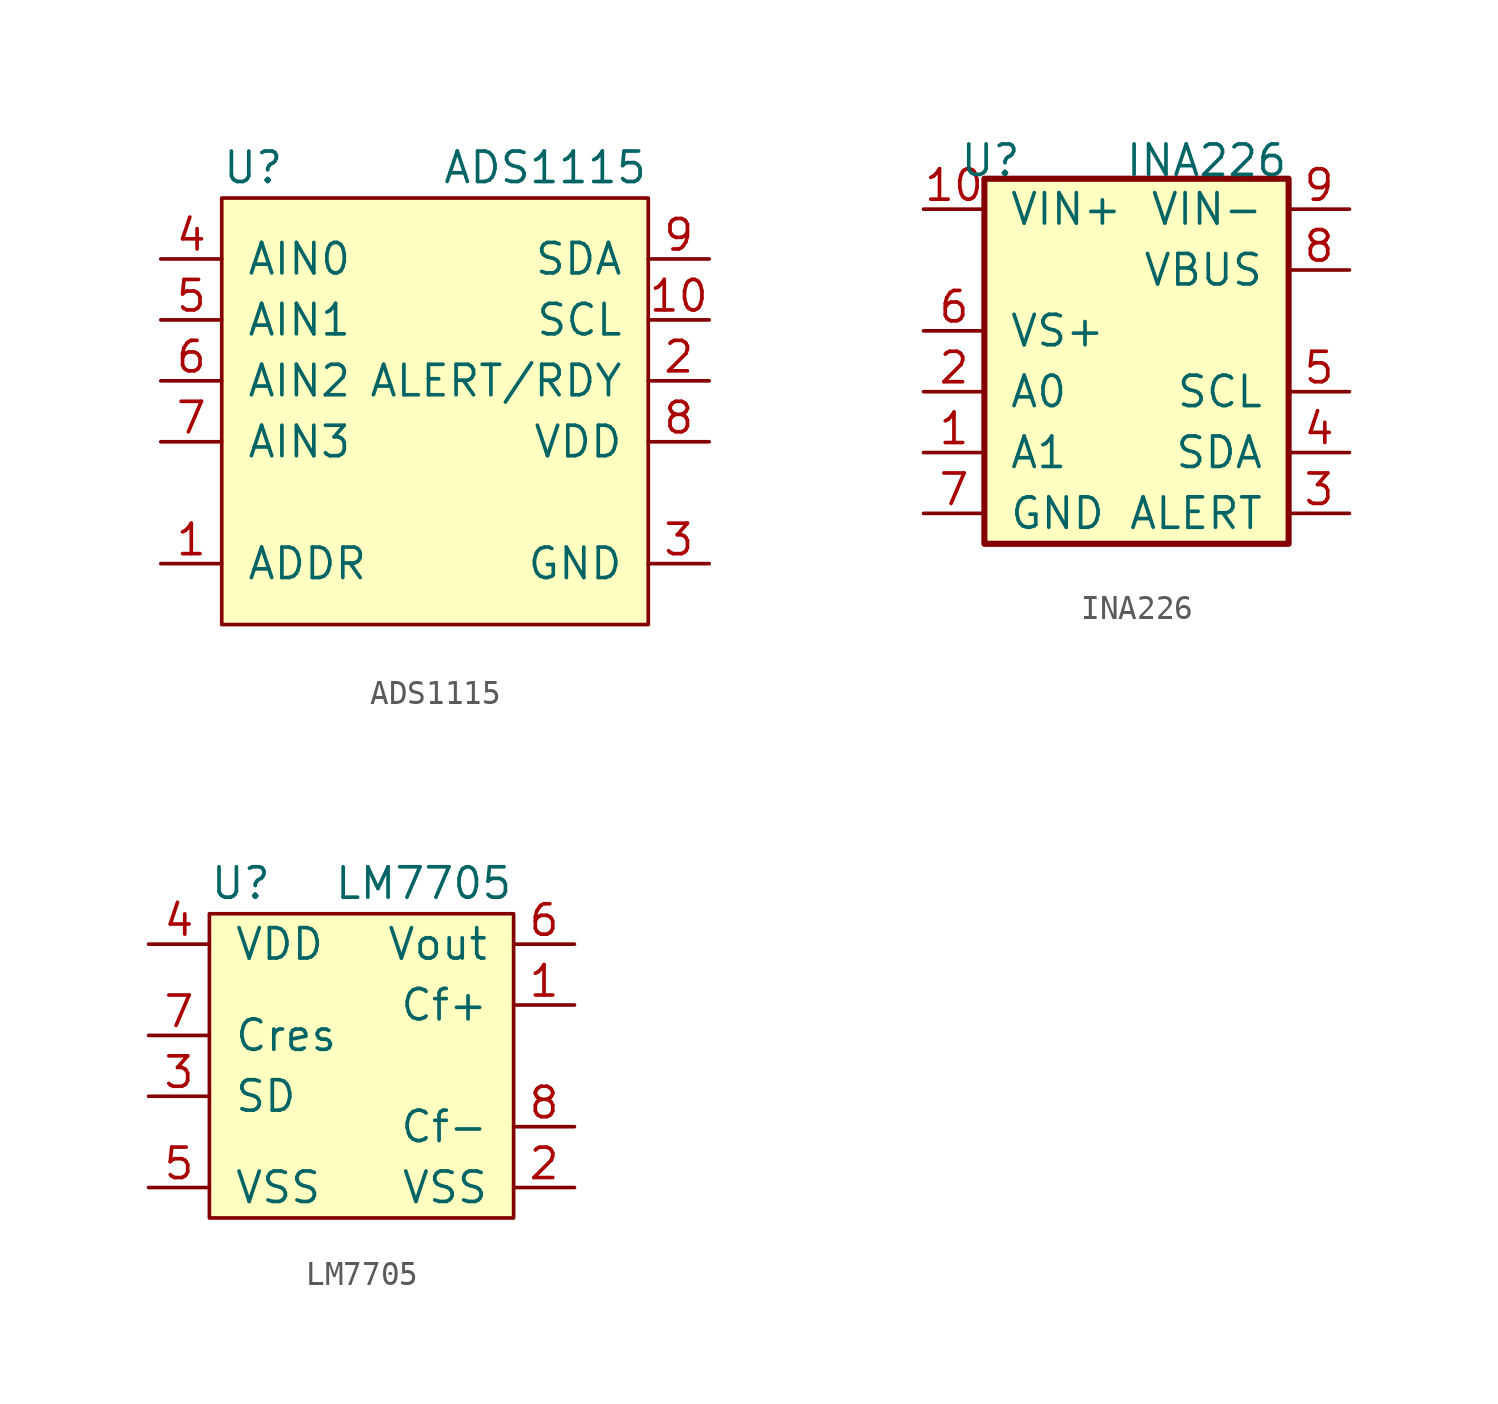
<source format=kicad_sym>
(kicad_symbol_lib
  (version 20220914)
  (generator kicad_symbol_editor)
  (symbol "ADS1115"
    (pin_names
      (offset 1.016))
    (property "Reference" "U"
      (at -8.89 10.16 0)
      (effects (font (size 1.27 1.27)) (justify left)))
    (property "Value" "ADS1115"
      (at 8.89 10.16 0)
      (effects (font (size 1.27 1.27)) (justify right)))
    (symbol "ADS1115_0_1"
      (rectangle (start 8.89 8.89) (end -8.89 -8.89) (stroke (width 0) (type default)) (fill (type background))))
    (symbol "ADS1115_1_1"
      (pin input line (at -11.43 -6.35 0) (length 2.54) (name "ADDR" (effects (font (size 1.27 1.27)))) (number "1" (effects (font (size 1.27 1.27)))))
      (pin input line (at 11.43 3.81 180) (length 2.54) (name "SCL" (effects (font (size 1.27 1.27)))) (number "10" (effects (font (size 1.27 1.27)))))
      (pin output line (at 11.43 1.27 180) (length 2.54) (name "ALERT/RDY" (effects (font (size 1.27 1.27)))) (number "2" (effects (font (size 1.27 1.27)))))
      (pin power_in line (at 11.43 -6.35 180) (length 2.54) (name "GND" (effects (font (size 1.27 1.27)))) (number "3" (effects (font (size 1.27 1.27)))))
      (pin input line (at -11.43 6.35 0) (length 2.54) (name "AIN0" (effects (font (size 1.27 1.27)))) (number "4" (effects (font (size 1.27 1.27)))))
      (pin input line (at -11.43 3.81 0) (length 2.54) (name "AIN1" (effects (font (size 1.27 1.27)))) (number "5" (effects (font (size 1.27 1.27)))))
      (pin input line (at -11.43 1.27 0) (length 2.54) (name "AIN2" (effects (font (size 1.27 1.27)))) (number "6" (effects (font (size 1.27 1.27)))))
      (pin input line (at -11.43 -1.27 0) (length 2.54) (name "AIN3" (effects (font (size 1.27 1.27)))) (number "7" (effects (font (size 1.27 1.27)))))
      (pin power_in line (at 11.43 -1.27 180) (length 2.54) (name "VDD" (effects (font (size 1.27 1.27)))) (number "8" (effects (font (size 1.27 1.27)))))
      (pin bidirectional line (at 11.43 6.35 180) (length 2.54) (name "SDA" (effects (font (size 1.27 1.27)))) (number "9" (effects (font (size 1.27 1.27)))))))
  (symbol "INA226"
    (pin_names
      (offset 1.016))
    (property "Reference" "U"
      (at -6.096 8.382 0)
      (effects (font (size 1.27 1.27))))
    (property "Value" "INA226"
      (at 6.35 8.382 0)
      (effects (font (size 1.27 1.27)) (justify right)))
    (symbol "INA226_0_1"
      (rectangle (start -6.35 7.62) (end 6.35 -7.62) (stroke (width 0.254) (type default)) (fill (type background))))
    (symbol "INA226_1_1"
      (pin input line (at -8.89 -3.81 0) (length 2.54) (name "A1" (effects (font (size 1.27 1.27)))) (number "1" (effects (font (size 1.27 1.27)))))
      (pin input line (at -8.89 6.35 0) (length 2.54) (name "VIN+" (effects (font (size 1.27 1.27)))) (number "10" (effects (font (size 1.27 1.27)))))
      (pin input line (at -8.89 -1.27 0) (length 2.54) (name "A0" (effects (font (size 1.27 1.27)))) (number "2" (effects (font (size 1.27 1.27)))))
      (pin open_collector line (at 8.89 -6.35 180) (length 2.54) (name "ALERT" (effects (font (size 1.27 1.27)))) (number "3" (effects (font (size 1.27 1.27)))))
      (pin bidirectional line (at 8.89 -3.81 180) (length 2.54) (name "SDA" (effects (font (size 1.27 1.27)))) (number "4" (effects (font (size 1.27 1.27)))))
      (pin input line (at 8.89 -1.27 180) (length 2.54) (name "SCL" (effects (font (size 1.27 1.27)))) (number "5" (effects (font (size 1.27 1.27)))))
      (pin power_in line (at -8.89 1.27 0) (length 2.54) (name "VS+" (effects (font (size 1.27 1.27)))) (number "6" (effects (font (size 1.27 1.27)))))
      (pin power_in line (at -8.89 -6.35 0) (length 2.54) (name "GND" (effects (font (size 1.27 1.27)))) (number "7" (effects (font (size 1.27 1.27)))))
      (pin input line (at 8.89 3.81 180) (length 2.54) (name "VBUS" (effects (font (size 1.27 1.27)))) (number "8" (effects (font (size 1.27 1.27)))))
      (pin input line (at 8.89 6.35 180) (length 2.54) (name "VIN-" (effects (font (size 1.27 1.27)))) (number "9" (effects (font (size 1.27 1.27)))))))
  (symbol "LM7705"
    (pin_names
      (offset 1.016))
    (property "Reference" "U"
      (at -6.35 7.62 0)
      (effects (font (size 1.27 1.27)) (justify left)))
    (property "Value" "LM7705"
      (at 6.35 7.62 0)
      (effects (font (size 1.27 1.27)) (justify right)))
    (symbol "LM7705_1_1"
      (rectangle (start -6.35 6.35) (end 6.35 -6.35) (stroke (width 0) (type default)) (fill (type background)))
      (pin passive line (at 8.89 2.54 180) (length 2.54) (name "Cf+" (effects (font (size 1.27 1.27)))) (number "1" (effects (font (size 1.27 1.27)))))
      (pin power_in line (at 8.89 -5.08 180) (length 2.54) (name "VSS" (effects (font (size 1.27 1.27)))) (number "2" (effects (font (size 1.27 1.27)))))
      (pin input line (at -8.89 -1.27 0) (length 2.54) (name "SD" (effects (font (size 1.27 1.27)))) (number "3" (effects (font (size 1.27 1.27)))))
      (pin power_in line (at -8.89 5.08 0) (length 2.54) (name "VDD" (effects (font (size 1.27 1.27)))) (number "4" (effects (font (size 1.27 1.27)))))
      (pin power_in line (at -8.89 -5.08 0) (length 2.54) (name "VSS" (effects (font (size 1.27 1.27)))) (number "5" (effects (font (size 1.27 1.27)))))
      (pin power_out line (at 8.89 5.08 180) (length 2.54) (name "Vout" (effects (font (size 1.27 1.27)))) (number "6" (effects (font (size 1.27 1.27)))))
      (pin passive line (at -8.89 1.27 0) (length 2.54) (name "Cres" (effects (font (size 1.27 1.27)))) (number "7" (effects (font (size 1.27 1.27)))))
      (pin passive line (at 8.89 -2.54 180) (length 2.54) (name "Cf-" (effects (font (size 1.27 1.27)))) (number "8" (effects (font (size 1.27 1.27))))))))
</source>
